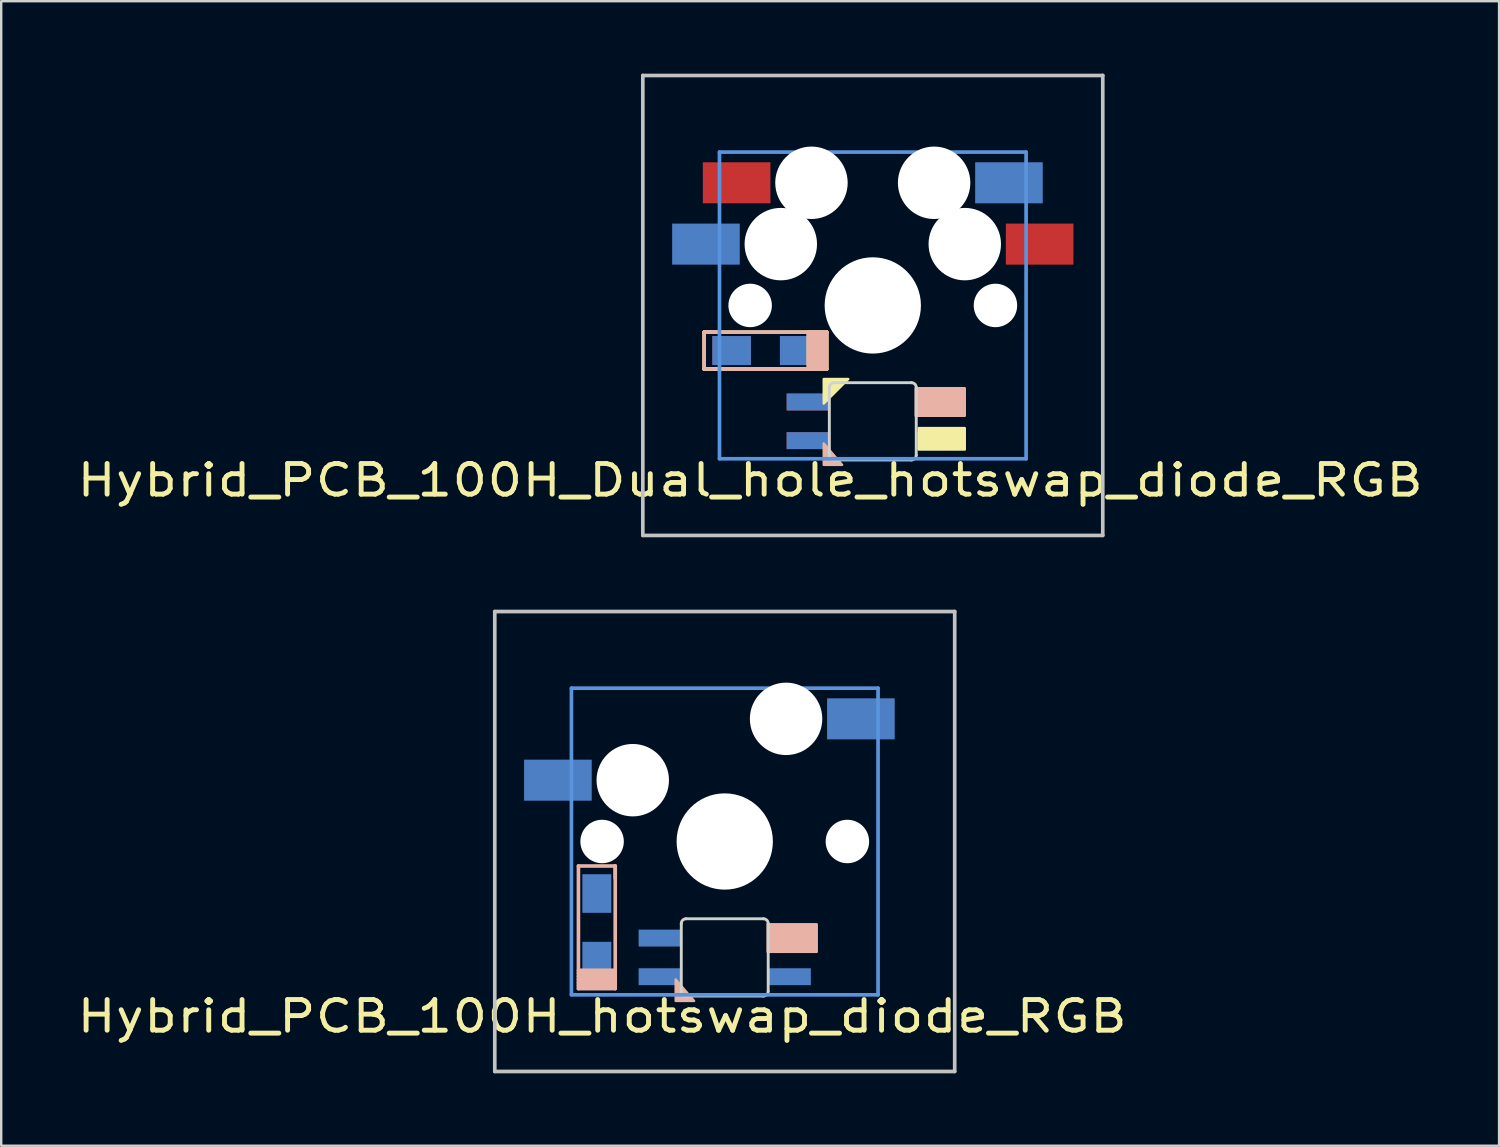
<source format=kicad_pcb>
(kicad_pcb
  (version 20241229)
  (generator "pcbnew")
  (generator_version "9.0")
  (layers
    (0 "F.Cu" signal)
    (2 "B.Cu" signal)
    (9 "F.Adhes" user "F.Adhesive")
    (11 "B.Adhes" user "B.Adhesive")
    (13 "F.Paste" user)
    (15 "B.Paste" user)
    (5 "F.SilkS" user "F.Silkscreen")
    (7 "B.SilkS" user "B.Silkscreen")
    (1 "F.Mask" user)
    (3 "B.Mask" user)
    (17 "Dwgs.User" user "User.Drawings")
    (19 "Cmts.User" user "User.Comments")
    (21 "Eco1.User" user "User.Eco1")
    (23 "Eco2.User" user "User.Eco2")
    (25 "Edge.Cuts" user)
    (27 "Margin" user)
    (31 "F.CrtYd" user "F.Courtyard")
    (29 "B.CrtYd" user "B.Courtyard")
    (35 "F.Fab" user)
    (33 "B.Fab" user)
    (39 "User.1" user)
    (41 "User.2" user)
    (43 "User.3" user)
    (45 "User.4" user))
  (footprint "Hybrid_PCB_100H_Dual_hole_hotswap_diode_RGB"
    (layer "F.Cu")
    (at 33.1 9.601)
    (property "Reference" "Hybrid_PCB_100H_Dual_hole_hotswap_diode_RGB" (at -5.08 7.239 0) (layer "F.SilkS") (effects (font (size 1.27 1.524) (thickness 0.203))))
    (attr through_hole)
    (fp_line (start -6.986 1.107) (end -6.986 2.631) (stroke (width 0.15) (type solid)) (layer "F.SilkS"))
    (fp_line (start -6.986 2.631) (end -6.478 2.631) (stroke (width 0.15) (type solid)) (layer "F.SilkS"))
    (fp_line (start -6.986 2.631) (end -1.906 2.631) (stroke (width 0.15) (type solid)) (layer "F.SilkS"))
    (fp_line (start -2.668 2.631) (end -2.668 1.107) (stroke (width 0.15) (type solid)) (layer "F.SilkS"))
    (fp_line (start -2.541 2.631) (end -2.541 1.107) (stroke (width 0.15) (type solid)) (layer "F.SilkS"))
    (fp_line (start -2.414 1.107) (end -2.414 2.631) (stroke (width 0.15) (type solid)) (layer "F.SilkS"))
    (fp_line (start -2.287 2.631) (end -2.287 1.107) (stroke (width 0.15) (type solid)) (layer "F.SilkS"))
    (fp_line (start -2.16 1.107) (end -2.16 2.631) (stroke (width 0.15) (type solid)) (layer "F.SilkS"))
    (fp_line (start -2.033 2.631) (end -2.033 1.107) (stroke (width 0.15) (type solid)) (layer "F.SilkS"))
    (fp_line (start -1.906 1.107) (end -6.986 1.107) (stroke (width 0.15) (type solid)) (layer "F.SilkS"))
    (fp_line (start -1.906 2.631) (end -1.906 1.107) (stroke (width 0.15) (type solid)) (layer "F.SilkS"))
    (fp_poly (pts (xy -2.032 3.048) (xy -2.032 4.064) (xy -1.016 3.048)) (stroke (width 0.1) (type solid)) (fill yes) (layer "F.SilkS"))
    (fp_poly (pts (xy 3.81 5.969) (xy 3.81 5.08) (xy 1.905 5.08) (xy 1.905 5.969)) (stroke (width 0.1) (type solid)) (fill yes) (layer "F.SilkS"))
    (fp_line (start -6.986 1.107) (end -6.478 1.107) (stroke (width 0.15) (type solid)) (layer "B.SilkS"))
    (fp_line (start -6.986 1.107) (end -1.906 1.107) (stroke (width 0.15) (type solid)) (layer "B.SilkS"))
    (fp_line (start -6.986 2.631) (end -6.986 1.107) (stroke (width 0.15) (type solid)) (layer "B.SilkS"))
    (fp_line (start -2.668 1.107) (end -2.668 2.631) (stroke (width 0.15) (type solid)) (layer "B.SilkS"))
    (fp_line (start -2.541 1.107) (end -2.541 2.631) (stroke (width 0.15) (type solid)) (layer "B.SilkS"))
    (fp_line (start -2.414 2.631) (end -2.414 1.107) (stroke (width 0.15) (type solid)) (layer "B.SilkS"))
    (fp_line (start -2.287 1.107) (end -2.287 2.631) (stroke (width 0.15) (type solid)) (layer "B.SilkS"))
    (fp_line (start -2.16 2.631) (end -2.16 1.107) (stroke (width 0.15) (type solid)) (layer "B.SilkS"))
    (fp_line (start -2.033 1.107) (end -2.033 2.631) (stroke (width 0.15) (type solid)) (layer "B.SilkS"))
    (fp_line (start -1.906 1.107) (end -1.906 2.631) (stroke (width 0.15) (type solid)) (layer "B.SilkS"))
    (fp_line (start -1.906 2.631) (end -6.986 2.631) (stroke (width 0.15) (type solid)) (layer "B.SilkS"))
    (fp_poly (pts (xy -1.27 6.604) (xy -2.032 5.715) (xy -2.032 6.604)) (stroke (width 0.1) (type solid)) (fill yes) (layer "B.SilkS"))
    (fp_poly (pts (xy 1.778 4.572) (xy 3.81 4.572) (xy 3.81 3.429) (xy 1.778 3.429)) (stroke (width 0.1) (type solid)) (fill yes) (layer "B.SilkS"))
    (fp_line (start -9.525 -9.525) (end 9.525 -9.525) (stroke (width 0.152) (type solid)) (layer "Dwgs.User"))
    (fp_line (start -9.525 9.525) (end -9.525 -9.525) (stroke (width 0.152) (type solid)) (layer "Dwgs.User"))
    (fp_line (start 9.525 -9.525) (end 9.525 9.525) (stroke (width 0.152) (type solid)) (layer "Dwgs.User"))
    (fp_line (start 9.525 9.525) (end -9.525 9.525) (stroke (width 0.152) (type solid)) (layer "Dwgs.User"))
    (fp_line (start -6.35 -6.35) (end 6.35 -6.35) (stroke (width 0.152) (type solid)) (layer "Cmts.User"))
    (fp_line (start -6.35 6.35) (end -6.35 -6.35) (stroke (width 0.152) (type solid)) (layer "Cmts.User"))
    (fp_line (start 6.35 -6.35) (end 6.35 6.35) (stroke (width 0.152) (type solid)) (layer "Cmts.User"))
    (fp_line (start 6.35 6.35) (end -6.35 6.35) (stroke (width 0.152) (type solid)) (layer "Cmts.User"))
    (fp_line (start -6.985 -6.985) (end 6.985 -6.985) (stroke (width 0.152) (type solid)) (layer "Eco2.User"))
    (fp_line (start -6.985 6.985) (end -6.985 -6.985) (stroke (width 0.152) (type solid)) (layer "Eco2.User"))
    (fp_line (start 6.985 -6.985) (end 6.985 6.985) (stroke (width 0.152) (type solid)) (layer "Eco2.User"))
    (fp_line (start 6.985 6.985) (end -6.985 6.985) (stroke (width 0.152) (type solid)) (layer "Eco2.User"))
    (fp_line (start -1.8 3.4) (end -1.8 6.2) (stroke (width 0.12) (type solid)) (layer "Edge.Cuts"))
    (fp_line (start -1.6 3.2) (end 1.6 3.2) (stroke (width 0.12) (type solid)) (layer "Edge.Cuts"))
    (fp_line (start -1.6 6.4) (end 1.6 6.4) (stroke (width 0.12) (type solid)) (layer "Edge.Cuts"))
    (fp_line (start 1.8 3.4) (end 1.8 6.2) (stroke (width 0.12) (type solid)) (layer "Edge.Cuts"))
    (fp_arc (start -1.8 3.4) (mid -1.741421 3.258579) (end -1.6 3.2) (stroke (width 0.12) (type solid)) (layer "Edge.Cuts"))
    (fp_arc (start -1.6 6.4) (mid -1.741421 6.341421) (end -1.8 6.2) (stroke (width 0.12) (type solid)) (layer "Edge.Cuts"))
    (fp_arc (start 1.6 3.2) (mid 1.741421 3.258579) (end 1.8 3.4) (stroke (width 0.12) (type solid)) (layer "Edge.Cuts"))
    (fp_arc (start 1.8 6.2) (mid 1.741421 6.341421) (end 1.6 6.4) (stroke (width 0.12) (type solid)) (layer "Edge.Cuts"))
    (pad "" np_thru_hole circle (at -5.08 0) (size 1.8 1.8) (drill 1.8) (layers "*.Cu" "*.Mask"))
    (pad "" np_thru_hole circle (at -3.81 -2.54) (size 3 3) (drill 3) (layers "*.Cu" "*.Mask"))
    (pad "" np_thru_hole circle (at -2.54 -5.08 331) (size 3 3) (drill 3) (layers "*.Cu" "*.Mask"))
    (pad "" np_thru_hole circle (at 0 0) (size 3.988 3.988) (drill 3.988) (layers "*.Cu" "*.Mask"))
    (pad "" np_thru_hole circle (at 2.54 -5.08) (size 3 3) (drill 3) (layers "*.Cu" "*.Mask"))
    (pad "" np_thru_hole circle (at 3.81 -2.54) (size 3 3) (drill 3) (layers "*.Cu" "*.Mask"))
    (pad "" np_thru_hole circle (at 5.08 0) (size 1.8 1.8) (drill 1.8) (layers "*.Cu" "*.Mask"))
    (pad "1" smd rect (at 5.64 -5.08) (size 2.8 1.7) (layers "B.Cu" "B.Mask" "B.Paste"))
    (pad "1" smd rect (at 6.91 -2.54) (size 2.8 1.7) (layers "F.Cu" "F.Mask" "F.Paste"))
    (pad "2" smd rect (at -6.91 -2.54) (size 2.8 1.7) (layers "B.Cu" "B.Mask" "B.Paste"))
    (pad "2" smd rect (at -5.64 -5.08) (size 2.8 1.7) (layers "F.Cu" "F.Mask" "F.Paste"))
    (pad "3" smd rect (at -3.046 1.869) (size 1.6 1.2) (layers "F.Cu" "F.Mask" "F.Paste"))
    (pad "3" smd rect (at -3.046 1.869) (size 1.6 1.2) (layers "B.Cu" "B.Mask" "B.Paste"))
    (pad "4" smd rect (at -5.846 1.869) (size 1.6 1.2) (layers "F.Cu" "F.Mask" "F.Paste"))
    (pad "4" smd rect (at -5.846 1.869) (size 1.6 1.2) (layers "B.Cu" "B.Mask" "B.Paste"))
    (pad "5" smd rect (at 2.667 4) (size 1.8 0.7) (layers "B.Cu" "B.Mask" "B.Paste"))
    (pad "5" smd rect (at 2.667 5.6) (size 1.8 0.7) (layers "F.Cu" "F.Mask" "F.Paste"))
    (pad "6" smd rect (at -2.667 4) (size 1.8 0.7) (layers "B.Cu" "B.Mask" "B.Paste"))
    (pad "6" smd rect (at -2.667 5.6) (size 1.8 0.7) (layers "F.Cu" "F.Mask" "F.Paste"))
    (pad "7" smd rect (at -2.667 4) (size 1.8 0.7) (layers "F.Cu" "F.Mask" "F.Paste"))
    (pad "7" smd rect (at -2.667 5.6) (size 1.8 0.7) (layers "B.Cu" "B.Mask" "B.Paste"))
    (pad "8" smd rect (at 2.667 4) (size 1.8 0.7) (layers "F.Cu" "F.Mask" "F.Paste"))
    (pad "8" smd rect (at 2.667 5.6) (size 1.8 0.7) (layers "B.Cu" "B.Mask" "B.Paste")))
  (footprint "Hybrid_PCB_100H_hotswap_diode_RGB"
    (layer "F.Cu")
    (at 26.968 31.804)
    (property "Reference" "Hybrid_PCB_100H_hotswap_diode_RGB" (at -5.08 7.239 0) (layer "F.SilkS") (effects (font (size 1.27 1.524) (thickness 0.203))))
    (attr smd)
    (fp_line (start -6.06 1.015) (end -4.536 1.015) (stroke (width 0.15) (type solid)) (layer "B.SilkS"))
    (fp_line (start -6.06 5.587) (end -4.536 5.587) (stroke (width 0.15) (type solid)) (layer "B.SilkS"))
    (fp_line (start -6.06 5.841) (end -4.536 5.841) (stroke (width 0.15) (type solid)) (layer "B.SilkS"))
    (fp_line (start -6.06 6.095) (end -6.06 1.015) (stroke (width 0.15) (type solid)) (layer "B.SilkS"))
    (fp_line (start -4.536 1.015) (end -4.536 1.523) (stroke (width 0.15) (type solid)) (layer "B.SilkS"))
    (fp_line (start -4.536 1.015) (end -4.536 6.095) (stroke (width 0.15) (type solid)) (layer "B.SilkS"))
    (fp_line (start -4.536 5.333) (end -6.06 5.333) (stroke (width 0.15) (type solid)) (layer "B.SilkS"))
    (fp_line (start -4.536 5.46) (end -6.06 5.46) (stroke (width 0.15) (type solid)) (layer "B.SilkS"))
    (fp_line (start -4.536 5.714) (end -6.06 5.714) (stroke (width 0.15) (type solid)) (layer "B.SilkS"))
    (fp_line (start -4.536 5.968) (end -6.06 5.968) (stroke (width 0.15) (type solid)) (layer "B.SilkS"))
    (fp_line (start -4.536 6.095) (end -6.06 6.095) (stroke (width 0.15) (type solid)) (layer "B.SilkS"))
    (fp_poly (pts (xy -1.27 6.604) (xy -2.032 5.715) (xy -2.032 6.604)) (stroke (width 0.1) (type solid)) (fill yes) (layer "B.SilkS"))
    (fp_poly (pts (xy 1.778 4.572) (xy 3.81 4.572) (xy 3.81 3.429) (xy 1.778 3.429)) (stroke (width 0.1) (type solid)) (fill yes) (layer "B.SilkS"))
    (fp_line (start -9.525 -9.525) (end 9.525 -9.525) (stroke (width 0.152) (type solid)) (layer "Dwgs.User"))
    (fp_line (start -9.525 9.525) (end -9.525 -9.525) (stroke (width 0.152) (type solid)) (layer "Dwgs.User"))
    (fp_line (start 9.525 -9.525) (end 9.525 9.525) (stroke (width 0.152) (type solid)) (layer "Dwgs.User"))
    (fp_line (start 9.525 9.525) (end -9.525 9.525) (stroke (width 0.152) (type solid)) (layer "Dwgs.User"))
    (fp_line (start -6.35 -6.35) (end 6.35 -6.35) (stroke (width 0.152) (type solid)) (layer "Cmts.User"))
    (fp_line (start -6.35 6.35) (end -6.35 -6.35) (stroke (width 0.152) (type solid)) (layer "Cmts.User"))
    (fp_line (start 6.35 -6.35) (end 6.35 6.35) (stroke (width 0.152) (type solid)) (layer "Cmts.User"))
    (fp_line (start 6.35 6.35) (end -6.35 6.35) (stroke (width 0.152) (type solid)) (layer "Cmts.User"))
    (fp_line (start -6.985 -6.985) (end 6.985 -6.985) (stroke (width 0.152) (type solid)) (layer "Eco2.User"))
    (fp_line (start -6.985 6.985) (end -6.985 -6.985) (stroke (width 0.152) (type solid)) (layer "Eco2.User"))
    (fp_line (start 6.985 -6.985) (end 6.985 6.985) (stroke (width 0.152) (type solid)) (layer "Eco2.User"))
    (fp_line (start 6.985 6.985) (end -6.985 6.985) (stroke (width 0.152) (type solid)) (layer "Eco2.User"))
    (fp_line (start -1.8 3.4) (end -1.8 6.2) (stroke (width 0.12) (type solid)) (layer "Edge.Cuts"))
    (fp_line (start -1.6 3.2) (end 1.6 3.2) (stroke (width 0.12) (type solid)) (layer "Edge.Cuts"))
    (fp_line (start -1.6 6.4) (end 1.6 6.4) (stroke (width 0.12) (type solid)) (layer "Edge.Cuts"))
    (fp_line (start 1.8 3.4) (end 1.8 6.2) (stroke (width 0.12) (type solid)) (layer "Edge.Cuts"))
    (fp_arc (start -1.8 3.4) (mid -1.741421 3.258579) (end -1.6 3.2) (stroke (width 0.12) (type solid)) (layer "Edge.Cuts"))
    (fp_arc (start -1.6 6.4) (mid -1.741421 6.341421) (end -1.8 6.2) (stroke (width 0.12) (type solid)) (layer "Edge.Cuts"))
    (fp_arc (start 1.6 3.2) (mid 1.741421 3.258579) (end 1.8 3.4) (stroke (width 0.12) (type solid)) (layer "Edge.Cuts"))
    (fp_arc (start 1.8 6.2) (mid 1.741421 6.341421) (end 1.6 6.4) (stroke (width 0.12) (type solid)) (layer "Edge.Cuts"))
    (pad "" np_thru_hole circle (at -5.08 0) (size 1.8 1.8) (drill 1.8) (layers "*.Cu" "*.Mask"))
    (pad "" np_thru_hole circle (at -3.81 -2.54) (size 3 3) (drill 3) (layers "*.Cu" "*.Mask"))
    (pad "" np_thru_hole circle (at 0 0 90) (size 3.988 3.988) (drill 3.988) (layers "*.Cu" "*.Mask"))
    (pad "" np_thru_hole circle (at 2.54 -5.08) (size 3 3) (drill 3) (layers "*.Cu" "*.Mask"))
    (pad "" np_thru_hole circle (at 5.08 0) (size 1.8 1.8) (drill 1.8) (layers "*.Cu" "*.Mask"))
    (pad "1" smd rect (at 5.64 -5.08) (size 2.8 1.7) (layers "B.Cu" "B.Mask" "B.Paste"))
    (pad "2" smd rect (at -6.91 -2.54) (size 2.8 1.7) (layers "B.Cu" "B.Mask" "B.Paste"))
    (pad "3" smd rect (at -5.298 4.955 270) (size 1.6 1.2) (layers "B.Cu" "B.Mask" "B.Paste"))
    (pad "4" smd rect (at -5.298 2.155 270) (size 1.6 1.2) (layers "B.Cu" "B.Mask" "B.Paste"))
    (pad "5" smd rect (at 2.667 4) (size 1.8 0.7) (layers "B.Cu" "B.Mask" "B.Paste"))
    (pad "6" smd rect (at -2.667 4) (size 1.8 0.7) (layers "B.Cu" "B.Mask" "B.Paste"))
    (pad "7" smd rect (at -2.667 5.6) (size 1.8 0.7) (layers "B.Cu" "B.Mask" "B.Paste"))
    (pad "8" smd rect (at 2.667 5.6) (size 1.8 0.7) (layers "B.Cu" "B.Mask" "B.Paste")))
  (gr_rect
    (start -3 -3)
    (end 59.04 44.405)
    (stroke (width 0.1) (type default))
    (fill no)
    (layer "Edge.Cuts")))
</source>
